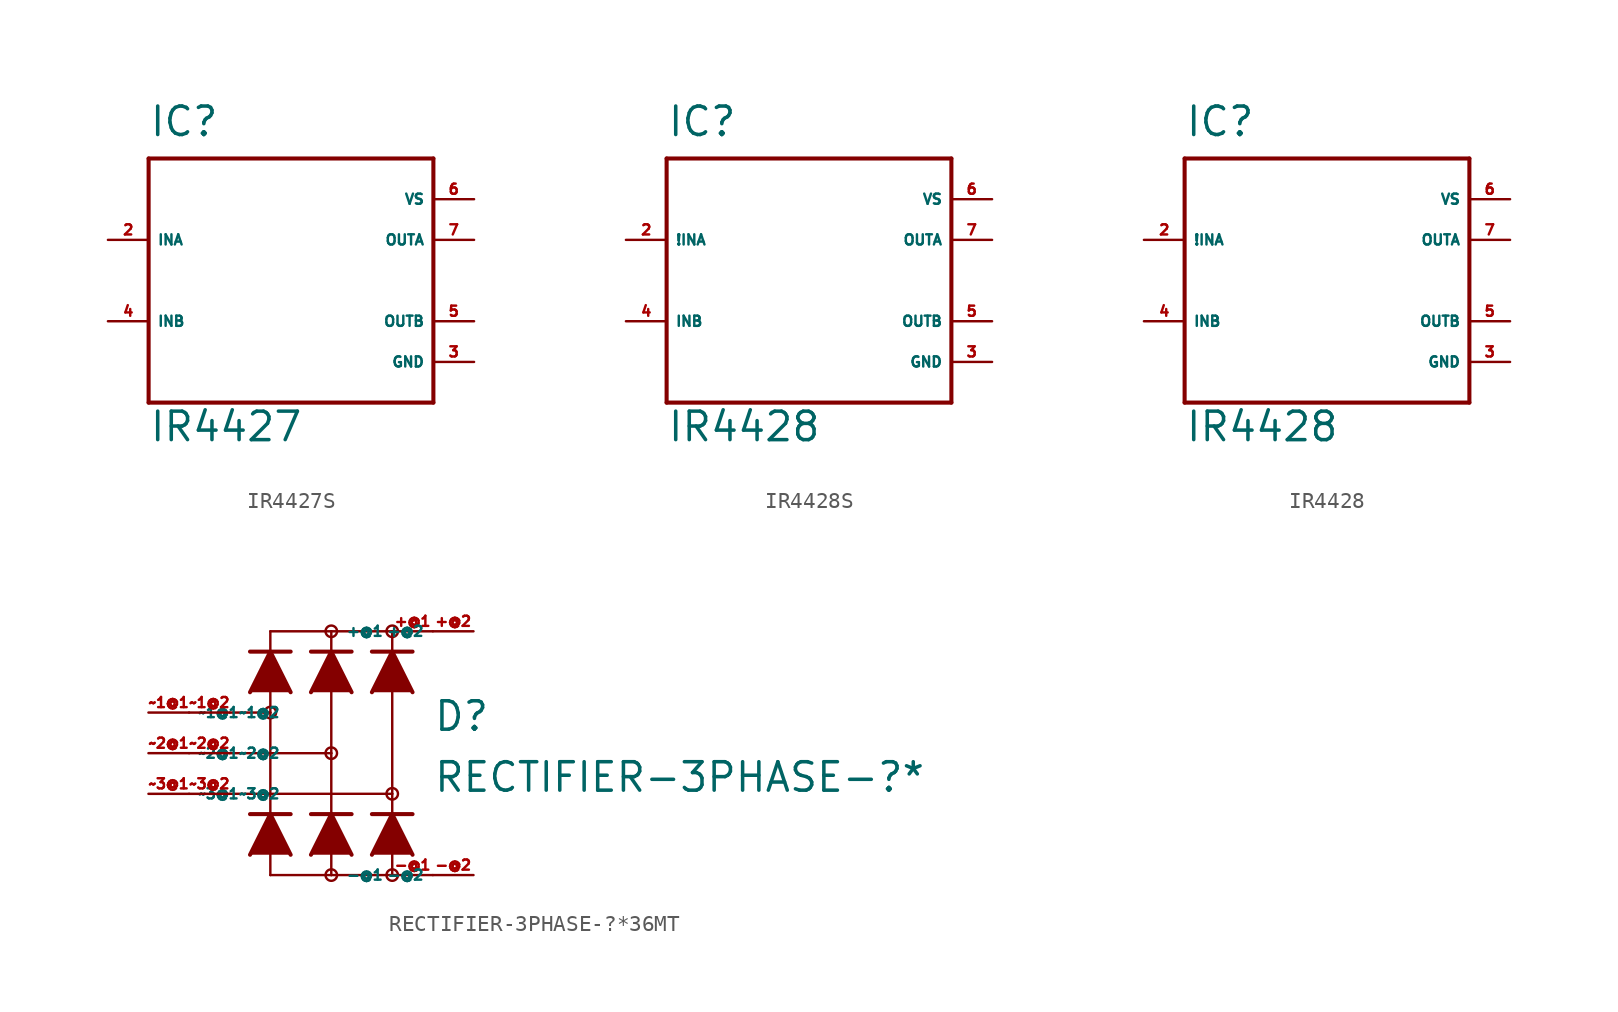
<source format=kicad_sym>
(kicad_symbol_lib
  (version 20220914)
  (generator Eagle2Kicad)
  (symbol "IR4427S"
    (property "Reference" "IC"
      (at -7.62 8.89 0)
      (effects (font (size 1.778 1.778) (thickness 0.22)) (justify left bottom)))
    (property "Value" "IR4427"
      (at -7.62 -10.16 0)
      (effects (font (size 1.778 1.778) (thickness 0.22)) (justify left bottom)))
    (polyline
      (pts (xy -7.62 7.62) (xy 10.16 7.62))
      (stroke (width 0.254) (type default))
      (fill (type none)))
    (polyline
      (pts (xy 10.16 7.62) (xy 10.16 -7.62))
      (stroke (width 0.254) (type default))
      (fill (type none)))
    (polyline
      (pts (xy 10.16 -7.62) (xy -7.62 -7.62))
      (stroke (width 0.254) (type default))
      (fill (type none)))
    (polyline
      (pts (xy -7.62 -7.62) (xy -7.62 7.62))
      (stroke (width 0.254) (type default))
      (fill (type none)))
    (pin input line
      (at -10.16 2.54 0)
      (length 2.54)
      (name "INA" (effects (font (size 0.635 0.635) (thickness 0.08)) (justify left bottom)))
      (number "2" (effects (font (size 0.635 0.635) (thickness 0.08)) (justify left bottom))))
    (pin input line
      (at -10.16 -2.54 0)
      (length 2.54)
      (name "INB" (effects (font (size 0.635 0.635) (thickness 0.08)) (justify left bottom)))
      (number "4" (effects (font (size 0.635 0.635) (thickness 0.08)) (justify left bottom))))
    (pin output line
      (at 12.7 2.54 180)
      (length 2.54)
      (name "OUTA" (effects (font (size 0.635 0.635) (thickness 0.08)) (justify left bottom)))
      (number "7" (effects (font (size 0.635 0.635) (thickness 0.08)) (justify left bottom))))
    (pin output line
      (at 12.7 -2.54 180)
      (length 2.54)
      (name "OUTB" (effects (font (size 0.635 0.635) (thickness 0.08)) (justify left bottom)))
      (number "5" (effects (font (size 0.635 0.635) (thickness 0.08)) (justify left bottom))))
    (pin unspecified line
      (at 12.7 -5.08 180)
      (length 2.54)
      (name "GND" (effects (font (size 0.635 0.635) (thickness 0.08)) (justify left bottom)))
      (number "3" (effects (font (size 0.635 0.635) (thickness 0.08)) (justify left bottom))))
    (pin unspecified line
      (at 12.7 5.08 180)
      (length 2.54)
      (name "VS" (effects (font (size 0.635 0.635) (thickness 0.08)) (justify left bottom)))
      (number "6" (effects (font (size 0.635 0.635) (thickness 0.08)) (justify left bottom)))))
  (symbol "IR4428S"
    (property "Reference" "IC"
      (at -7.62 8.89 0)
      (effects (font (size 1.778 1.778) (thickness 0.22)) (justify left bottom)))
    (property "Value" "IR4428"
      (at -7.62 -10.16 0)
      (effects (font (size 1.778 1.778) (thickness 0.22)) (justify left bottom)))
    (polyline
      (pts (xy -7.62 7.62) (xy 10.16 7.62))
      (stroke (width 0.254) (type default))
      (fill (type none)))
    (polyline
      (pts (xy 10.16 7.62) (xy 10.16 -7.62))
      (stroke (width 0.254) (type default))
      (fill (type none)))
    (polyline
      (pts (xy 10.16 -7.62) (xy -7.62 -7.62))
      (stroke (width 0.254) (type default))
      (fill (type none)))
    (polyline
      (pts (xy -7.62 -7.62) (xy -7.62 7.62))
      (stroke (width 0.254) (type default))
      (fill (type none)))
    (pin input line
      (at -10.16 2.54 0)
      (length 2.54)
      (name "!INA" (effects (font (size 0.635 0.635) (thickness 0.08)) (justify left bottom)))
      (number "2" (effects (font (size 0.635 0.635) (thickness 0.08)) (justify left bottom))))
    (pin input line
      (at -10.16 -2.54 0)
      (length 2.54)
      (name "INB" (effects (font (size 0.635 0.635) (thickness 0.08)) (justify left bottom)))
      (number "4" (effects (font (size 0.635 0.635) (thickness 0.08)) (justify left bottom))))
    (pin output line
      (at 12.7 2.54 180)
      (length 2.54)
      (name "OUTA" (effects (font (size 0.635 0.635) (thickness 0.08)) (justify left bottom)))
      (number "7" (effects (font (size 0.635 0.635) (thickness 0.08)) (justify left bottom))))
    (pin output line
      (at 12.7 -2.54 180)
      (length 2.54)
      (name "OUTB" (effects (font (size 0.635 0.635) (thickness 0.08)) (justify left bottom)))
      (number "5" (effects (font (size 0.635 0.635) (thickness 0.08)) (justify left bottom))))
    (pin unspecified line
      (at 12.7 -5.08 180)
      (length 2.54)
      (name "GND" (effects (font (size 0.635 0.635) (thickness 0.08)) (justify left bottom)))
      (number "3" (effects (font (size 0.635 0.635) (thickness 0.08)) (justify left bottom))))
    (pin unspecified line
      (at 12.7 5.08 180)
      (length 2.54)
      (name "VS" (effects (font (size 0.635 0.635) (thickness 0.08)) (justify left bottom)))
      (number "6" (effects (font (size 0.635 0.635) (thickness 0.08)) (justify left bottom)))))
  (symbol "IR4428"
    (property "Reference" "IC"
      (at -7.62 8.89 0)
      (effects (font (size 1.778 1.778) (thickness 0.22)) (justify left bottom)))
    (property "Value" "IR4428"
      (at -7.62 -10.16 0)
      (effects (font (size 1.778 1.778) (thickness 0.22)) (justify left bottom)))
    (polyline
      (pts (xy -7.62 7.62) (xy 10.16 7.62))
      (stroke (width 0.254) (type default))
      (fill (type none)))
    (polyline
      (pts (xy 10.16 7.62) (xy 10.16 -7.62))
      (stroke (width 0.254) (type default))
      (fill (type none)))
    (polyline
      (pts (xy 10.16 -7.62) (xy -7.62 -7.62))
      (stroke (width 0.254) (type default))
      (fill (type none)))
    (polyline
      (pts (xy -7.62 -7.62) (xy -7.62 7.62))
      (stroke (width 0.254) (type default))
      (fill (type none)))
    (pin input line
      (at -10.16 2.54 0)
      (length 2.54)
      (name "!INA" (effects (font (size 0.635 0.635) (thickness 0.08)) (justify left bottom)))
      (number "2" (effects (font (size 0.635 0.635) (thickness 0.08)) (justify left bottom))))
    (pin input line
      (at -10.16 -2.54 0)
      (length 2.54)
      (name "INB" (effects (font (size 0.635 0.635) (thickness 0.08)) (justify left bottom)))
      (number "4" (effects (font (size 0.635 0.635) (thickness 0.08)) (justify left bottom))))
    (pin output line
      (at 12.7 2.54 180)
      (length 2.54)
      (name "OUTA" (effects (font (size 0.635 0.635) (thickness 0.08)) (justify left bottom)))
      (number "7" (effects (font (size 0.635 0.635) (thickness 0.08)) (justify left bottom))))
    (pin output line
      (at 12.7 -2.54 180)
      (length 2.54)
      (name "OUTB" (effects (font (size 0.635 0.635) (thickness 0.08)) (justify left bottom)))
      (number "5" (effects (font (size 0.635 0.635) (thickness 0.08)) (justify left bottom))))
    (pin unspecified line
      (at 12.7 -5.08 180)
      (length 2.54)
      (name "GND" (effects (font (size 0.635 0.635) (thickness 0.08)) (justify left bottom)))
      (number "3" (effects (font (size 0.635 0.635) (thickness 0.08)) (justify left bottom))))
    (pin unspecified line
      (at 12.7 5.08 180)
      (length 2.54)
      (name "VS" (effects (font (size 0.635 0.635) (thickness 0.08)) (justify left bottom)))
      (number "6" (effects (font (size 0.635 0.635) (thickness 0.08)) (justify left bottom)))))
  (symbol "RECTIFIER-3PHASE-?*36MT"
    (property "Reference" "D"
      (at 7.62 1.27 0)
      (effects (font (size 1.778 1.778) (thickness 0.22)) (justify left bottom)))
    (property "Value" "RECTIFIER-3PHASE-?*"
      (at 7.62 -2.54 0)
      (effects (font (size 1.778 1.778) (thickness 0.22)) (justify left bottom)))
    (polyline
      (pts (xy -1.27 3.81) (xy -2.54 6.35) (xy -3.81 3.81))
      (stroke (width 0.254) (type default))
      (fill (type outline)))
    (polyline
      (pts (xy -1.27 -6.35) (xy -2.54 -3.81) (xy -3.81 -6.35))
      (stroke (width 0.254) (type default))
      (fill (type outline)))
    (polyline
      (pts (xy 2.54 3.81) (xy 1.27 6.35) (xy 0 3.81))
      (stroke (width 0.254) (type default))
      (fill (type outline)))
    (polyline
      (pts (xy 2.54 -6.35) (xy 1.27 -3.81) (xy 0 -6.35))
      (stroke (width 0.254) (type default))
      (fill (type outline)))
    (polyline
      (pts (xy 6.35 3.81) (xy 5.08 6.35) (xy 3.81 3.81))
      (stroke (width 0.254) (type default))
      (fill (type outline)))
    (polyline
      (pts (xy 6.35 -6.35) (xy 5.08 -3.81) (xy 3.81 -6.35))
      (stroke (width 0.254) (type default))
      (fill (type outline)))
    (polyline
      (pts (xy -3.81 6.35) (xy -1.27 6.35))
      (stroke (width 0.254) (type default))
      (fill (type none)))
    (polyline
      (pts (xy -3.81 -3.81) (xy -1.27 -3.81))
      (stroke (width 0.254) (type default))
      (fill (type none)))
    (polyline
      (pts (xy 0 6.35) (xy 2.54 6.35))
      (stroke (width 0.254) (type default))
      (fill (type none)))
    (polyline
      (pts (xy 0 -3.81) (xy 2.54 -3.81))
      (stroke (width 0.254) (type default))
      (fill (type none)))
    (polyline
      (pts (xy 3.81 6.35) (xy 6.35 6.35))
      (stroke (width 0.254) (type default))
      (fill (type none)))
    (polyline
      (pts (xy 3.81 -3.81) (xy 6.35 -3.81))
      (stroke (width 0.254) (type default))
      (fill (type none)))
    (polyline
      (pts (xy 5.08 -7.62) (xy 1.27 -7.62))
      (stroke (width 0.152) (type default))
      (fill (type none)))
    (polyline
      (pts (xy 1.27 -7.62) (xy -2.54 -7.62))
      (stroke (width 0.152) (type default))
      (fill (type none)))
    (polyline
      (pts (xy -2.54 -7.62) (xy -2.54 2.54))
      (stroke (width 0.152) (type default))
      (fill (type none)))
    (polyline
      (pts (xy -2.54 2.54) (xy -2.54 7.62))
      (stroke (width 0.152) (type default))
      (fill (type none)))
    (polyline
      (pts (xy -2.54 7.62) (xy 1.27 7.62))
      (stroke (width 0.152) (type default))
      (fill (type none)))
    (polyline
      (pts (xy 1.27 7.62) (xy 5.08 7.62))
      (stroke (width 0.152) (type default))
      (fill (type none)))
    (polyline
      (pts (xy 1.27 -7.62) (xy 1.27 0))
      (stroke (width 0.152) (type default))
      (fill (type none)))
    (polyline
      (pts (xy 1.27 0) (xy 1.27 7.62))
      (stroke (width 0.152) (type default))
      (fill (type none)))
    (polyline
      (pts (xy 5.08 -7.62) (xy 5.08 -2.54))
      (stroke (width 0.152) (type default))
      (fill (type none)))
    (polyline
      (pts (xy 5.08 -2.54) (xy 5.08 7.62))
      (stroke (width 0.152) (type default))
      (fill (type none)))
    (polyline
      (pts (xy -2.54 2.54) (xy -5.08 2.54))
      (stroke (width 0.152) (type default))
      (fill (type none)))
    (polyline
      (pts (xy 1.27 0) (xy -5.08 0))
      (stroke (width 0.152) (type default))
      (fill (type none)))
    (polyline
      (pts (xy 5.08 -2.54) (xy -5.08 -2.54))
      (stroke (width 0.152) (type default))
      (fill (type none)))
    (circle
      (center -2.54 2.54)
      (radius 0.359)
      (stroke (width 0) (type default))
      (fill (type none)))
    (circle
      (center 1.27 0)
      (radius 0.359)
      (stroke (width 0) (type default))
      (fill (type none)))
    (circle
      (center 5.08 -2.54)
      (radius 0.359)
      (stroke (width 0) (type default))
      (fill (type none)))
    (circle
      (center 1.27 7.62)
      (radius 0.359)
      (stroke (width 0) (type default))
      (fill (type none)))
    (circle
      (center 5.08 7.62)
      (radius 0.359)
      (stroke (width 0) (type default))
      (fill (type none)))
    (circle
      (center 1.27 -7.62)
      (radius 0.359)
      (stroke (width 0) (type default))
      (fill (type none)))
    (circle
      (center 5.08 -7.62)
      (radius 0.359)
      (stroke (width 0) (type default))
      (fill (type none)))
    (pin passive line
      (at 7.62 -7.62 180)
      (length 2.54)
      (name "-@1" (effects (font (size 0.635 0.635) (thickness 0.08)) (justify left bottom)))
      (number "-@1" (effects (font (size 0.635 0.635) (thickness 0.08)) (justify left bottom))))
    (pin passive line
      (at 7.62 7.62 180)
      (length 2.54)
      (name "+@1" (effects (font (size 0.635 0.635) (thickness 0.08)) (justify left bottom)))
      (number "+@1" (effects (font (size 0.635 0.635) (thickness 0.08)) (justify left bottom))))
    (pin passive line
      (at -10.16 2.54 0)
      (length 2.54)
      (name "~1@1" (effects (font (size 0.635 0.635) (thickness 0.08)) (justify left bottom)))
      (number "~1@1" (effects (font (size 0.635 0.635) (thickness 0.08)) (justify left bottom))))
    (pin passive line
      (at -7.62 2.54 0)
      (length 2.54)
      (name "~1@2" (effects (font (size 0.635 0.635) (thickness 0.08)) (justify left bottom)))
      (number "~1@2" (effects (font (size 0.635 0.635) (thickness 0.08)) (justify left bottom))))
    (pin passive line
      (at -10.16 0 0)
      (length 2.54)
      (name "~2@1" (effects (font (size 0.635 0.635) (thickness 0.08)) (justify left bottom)))
      (number "~2@1" (effects (font (size 0.635 0.635) (thickness 0.08)) (justify left bottom))))
    (pin passive line
      (at -7.62 0 0)
      (length 2.54)
      (name "~2@2" (effects (font (size 0.635 0.635) (thickness 0.08)) (justify left bottom)))
      (number "~2@2" (effects (font (size 0.635 0.635) (thickness 0.08)) (justify left bottom))))
    (pin passive line
      (at -10.16 -2.54 0)
      (length 2.54)
      (name "~3@1" (effects (font (size 0.635 0.635) (thickness 0.08)) (justify left bottom)))
      (number "~3@1" (effects (font (size 0.635 0.635) (thickness 0.08)) (justify left bottom))))
    (pin passive line
      (at -7.62 -2.54 0)
      (length 2.54)
      (name "~3@2" (effects (font (size 0.635 0.635) (thickness 0.08)) (justify left bottom)))
      (number "~3@2" (effects (font (size 0.635 0.635) (thickness 0.08)) (justify left bottom))))
    (pin passive line
      (at 10.16 7.62 180)
      (length 2.54)
      (name "+@2" (effects (font (size 0.635 0.635) (thickness 0.08)) (justify left bottom)))
      (number "+@2" (effects (font (size 0.635 0.635) (thickness 0.08)) (justify left bottom))))
    (pin passive line
      (at 10.16 -7.62 180)
      (length 2.54)
      (name "-@2" (effects (font (size 0.635 0.635) (thickness 0.08)) (justify left bottom)))
      (number "-@2" (effects (font (size 0.635 0.635) (thickness 0.08)) (justify left bottom))))))
</source>
